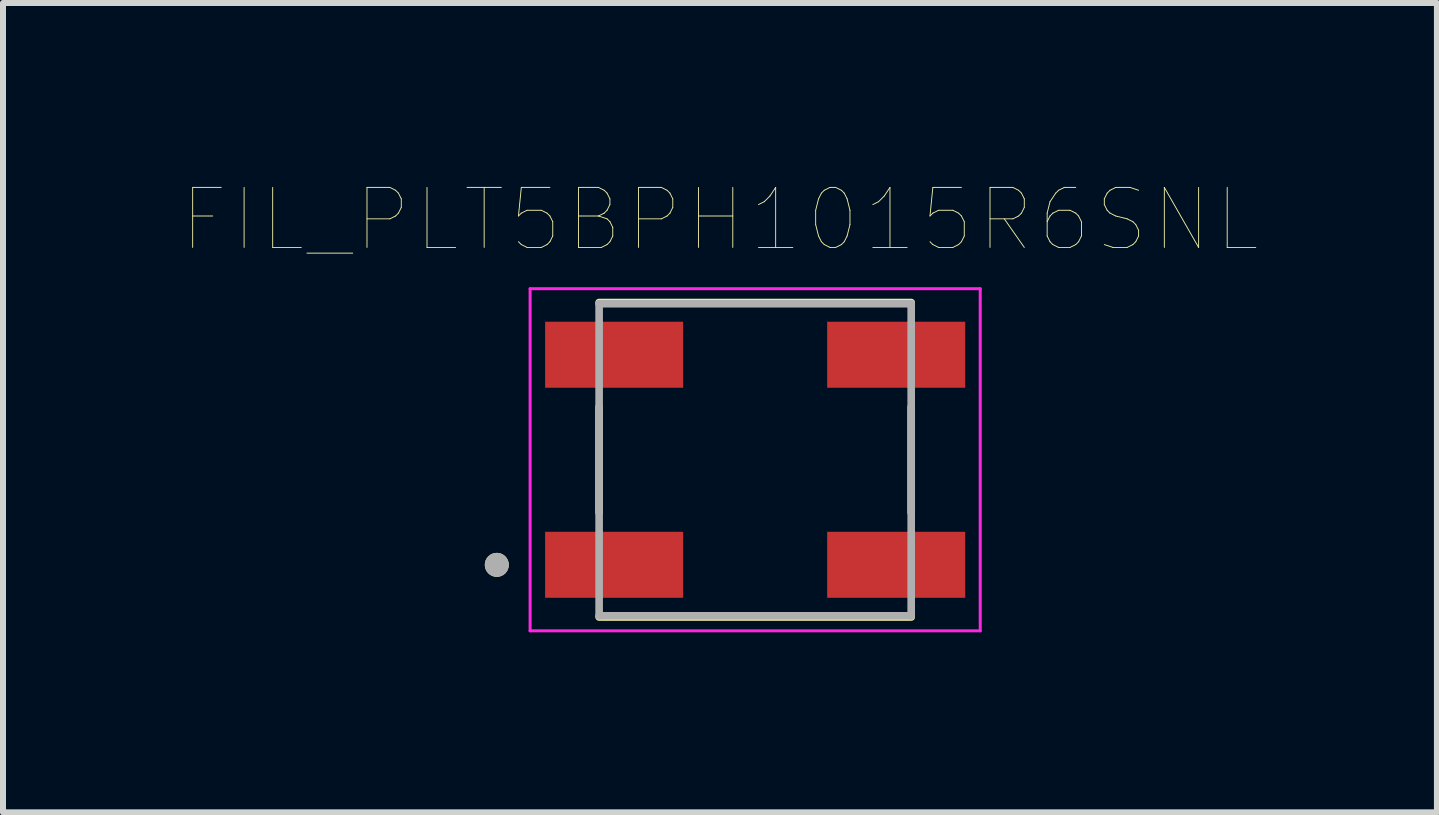
<source format=kicad_pcb>
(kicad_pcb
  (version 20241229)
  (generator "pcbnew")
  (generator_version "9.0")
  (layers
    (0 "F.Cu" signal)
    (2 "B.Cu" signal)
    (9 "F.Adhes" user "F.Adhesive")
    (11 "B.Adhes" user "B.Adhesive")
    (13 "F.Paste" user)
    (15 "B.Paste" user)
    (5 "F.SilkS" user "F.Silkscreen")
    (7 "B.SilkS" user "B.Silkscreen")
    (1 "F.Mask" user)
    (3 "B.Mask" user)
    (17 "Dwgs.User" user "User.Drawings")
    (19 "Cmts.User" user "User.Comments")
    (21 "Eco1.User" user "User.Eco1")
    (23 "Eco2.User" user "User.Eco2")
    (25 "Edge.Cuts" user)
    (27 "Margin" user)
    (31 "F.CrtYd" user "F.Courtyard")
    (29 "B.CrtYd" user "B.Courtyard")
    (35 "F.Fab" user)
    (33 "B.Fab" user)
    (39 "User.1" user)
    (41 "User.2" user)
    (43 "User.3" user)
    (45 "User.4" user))
  (footprint "FIL_PLT5BPH1015R6SNL"
    (layer "F.Cu")
    (at 9.533 4.611)
    (property "Reference" "FIL_PLT5BPH1015R6SNL" (at -0.587 -4 0) (layer "F.SilkS") (effects (font (size 1 1) (thickness 0.015))))
    (attr through_hole)
    (fp_line (start -2.6 -2.62) (end 2.6 -2.62) (stroke (width 0.127) (type solid)) (layer "F.SilkS"))
    (fp_line (start -2.6 0.88) (end -2.6 -0.88) (stroke (width 0.127) (type solid)) (layer "F.SilkS"))
    (fp_line (start 2.6 -0.88) (end 2.6 0.88) (stroke (width 0.127) (type solid)) (layer "F.SilkS"))
    (fp_line (start 2.6 2.62) (end -2.6 2.62) (stroke (width 0.127) (type solid)) (layer "F.SilkS"))
    (fp_circle (center -4.305 1.751) (end -4.205 1.751) (stroke (width 0.2) (type solid)) (fill no) (layer "F.SilkS"))
    (fp_line (start -3.75 -2.85) (end 3.75 -2.85) (stroke (width 0.05) (type solid)) (layer "F.CrtYd"))
    (fp_line (start -3.75 2.85) (end -3.75 -2.85) (stroke (width 0.05) (type solid)) (layer "F.CrtYd"))
    (fp_line (start 3.75 -2.85) (end 3.75 2.85) (stroke (width 0.05) (type solid)) (layer "F.CrtYd"))
    (fp_line (start 3.75 2.85) (end -3.75 2.85) (stroke (width 0.05) (type solid)) (layer "F.CrtYd"))
    (fp_line (start -2.6 -2.6) (end 2.6 -2.6) (stroke (width 0.127) (type solid)) (layer "F.Fab"))
    (fp_line (start -2.6 2.6) (end -2.6 -2.6) (stroke (width 0.127) (type solid)) (layer "F.Fab"))
    (fp_line (start 2.6 -2.6) (end 2.6 2.6) (stroke (width 0.127) (type solid)) (layer "F.Fab"))
    (fp_line (start 2.6 2.6) (end -2.6 2.6) (stroke (width 0.127) (type solid)) (layer "F.Fab"))
    (fp_circle (center -4.305 1.751) (end -4.205 1.751) (stroke (width 0.2) (type solid)) (fill no) (layer "F.Fab"))
    (pad "1" smd rect (at -2.35 1.75) (size 2.3 1.1) (layers "F.Cu" "F.Mask" "F.Paste"))
    (pad "2" smd rect (at 2.35 1.75) (size 2.3 1.1) (layers "F.Cu" "F.Mask" "F.Paste"))
    (pad "3" smd rect (at 2.35 -1.75) (size 2.3 1.1) (layers "F.Cu" "F.Mask" "F.Paste"))
    (pad "4" smd rect (at -2.35 -1.75) (size 2.3 1.1) (layers "F.Cu" "F.Mask" "F.Paste")))
  (gr_rect
    (start -3 -3)
    (end 20.893 10.486)
    (stroke (width 0.1) (type default))
    (fill no)
    (layer "Edge.Cuts")))
</source>
